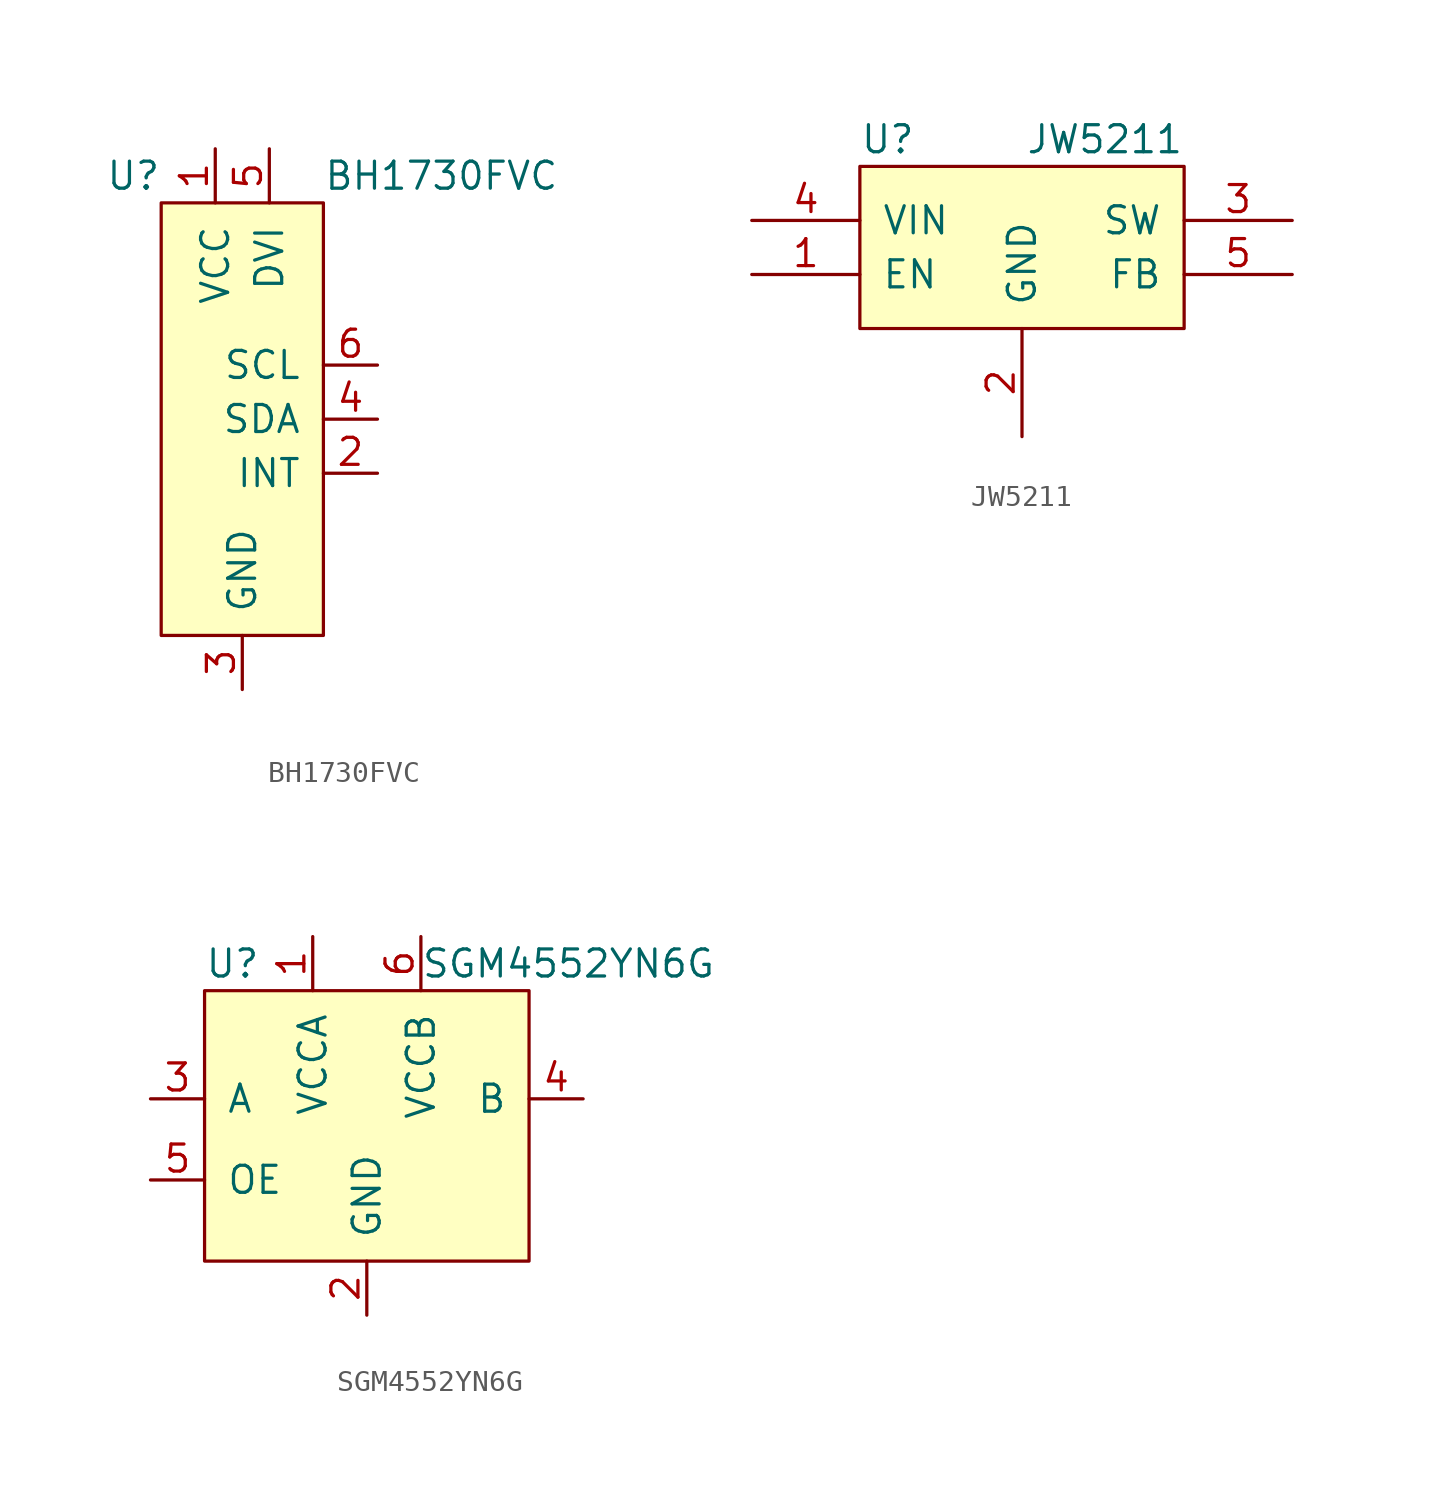
<source format=kicad_sym>
(kicad_symbol_lib
  (version 20211014)
  (generator kicad_symbol_editor)
  (symbol "BH1730FVC"
    (pin_names
      (offset 1.016))
    (property "Reference" "U"
      (at -3.81 11.43 0)
      (effects (font (size 1.27 1.27)) (justify right)))
    (property "Value" "BH1730FVC"
      (at 3.81 11.43 0)
      (effects (font (size 1.27 1.27)) (justify left)))
    (symbol "BH1730FVC_0_1"
      (rectangle (start -3.81 10.16) (end 3.81 -10.16) (stroke (width 0) (type default) (color 0 0 0 0)) (fill (type background))))
    (symbol "BH1730FVC_1_1"
      (pin power_in line (at -1.27 12.7 270) (length 2.54) (name "VCC" (effects (font (size 1.27 1.27)))) (number "1" (effects (font (size 1.27 1.27)))))
      (pin output line (at 6.35 -2.54 180) (length 2.54) (name "INT" (effects (font (size 1.27 1.27)))) (number "2" (effects (font (size 1.27 1.27)))))
      (pin power_in line (at 0 -12.7 90) (length 2.54) (name "GND" (effects (font (size 1.27 1.27)))) (number "3" (effects (font (size 1.27 1.27)))))
      (pin bidirectional line (at 6.35 0 180) (length 2.54) (name "SDA" (effects (font (size 1.27 1.27)))) (number "4" (effects (font (size 1.27 1.27)))))
      (pin power_in line (at 1.27 12.7 270) (length 2.54) (name "DVI" (effects (font (size 1.27 1.27)))) (number "5" (effects (font (size 1.27 1.27)))))
      (pin bidirectional line (at 6.35 2.54 180) (length 2.54) (name "SCL" (effects (font (size 1.27 1.27)))) (number "6" (effects (font (size 1.27 1.27)))))))
  (symbol "JW5211"
    (pin_names
      (offset 1.016))
    (property "Reference" "U"
      (at -7.62 5.08 0)
      (effects (font (size 1.27 1.27)) (justify left)))
    (property "Value" "JW5211"
      (at 7.62 5.08 0)
      (effects (font (size 1.27 1.27)) (justify right)))
    (symbol "JW5211_0_1"
      (rectangle (start 7.62 -3.81) (end -7.62 3.81) (stroke (width 0) (type default) (color 0 0 0 0)) (fill (type background))))
    (symbol "JW5211_1_0"
      (pin input line (at -12.7 -1.27 0) (length 5.08) (name "EN" (effects (font (size 1.27 1.27)))) (number "1" (effects (font (size 1.27 1.27)))))
      (pin power_in line (at 0 -8.89 90) (length 5.08) (name "GND" (effects (font (size 1.27 1.27)))) (number "2" (effects (font (size 1.27 1.27)))))
      (pin power_out line (at 12.7 1.27 180) (length 5.08) (name "SW" (effects (font (size 1.27 1.27)))) (number "3" (effects (font (size 1.27 1.27)))))
      (pin power_in line (at -12.7 1.27 0) (length 5.08) (name "VIN" (effects (font (size 1.27 1.27)))) (number "4" (effects (font (size 1.27 1.27)))))
      (pin input line (at 12.7 -1.27 180) (length 5.08) (name "FB" (effects (font (size 1.27 1.27)))) (number "5" (effects (font (size 1.27 1.27)))))))
  (symbol "SGM4552YN6G"
    (pin_names
      (offset 1.016))
    (property "Reference" "U"
      (at -7.62 8.89 0)
      (effects (font (size 1.27 1.27)) (justify left)))
    (property "Value" "SGM4552YN6G"
      (at 2.54 8.89 0)
      (effects (font (size 1.27 1.27)) (justify left)))
    (symbol "SGM4552YN6G_0_1"
      (rectangle (start -7.62 7.62) (end 7.62 -5.08) (stroke (width 0) (type default) (color 0 0 0 0)) (fill (type background))))
    (symbol "SGM4552YN6G_1_1"
      (pin power_in line (at -2.54 10.16 270) (length 2.54) (name "VCCA" (effects (font (size 1.27 1.27)))) (number "1" (effects (font (size 1.27 1.27)))))
      (pin power_in line (at 0 -7.62 90) (length 2.54) (name "GND" (effects (font (size 1.27 1.27)))) (number "2" (effects (font (size 1.27 1.27)))))
      (pin bidirectional line (at -10.16 2.54 0) (length 2.54) (name "A" (effects (font (size 1.27 1.27)))) (number "3" (effects (font (size 1.27 1.27)))))
      (pin bidirectional line (at 10.16 2.54 180) (length 2.54) (name "B" (effects (font (size 1.27 1.27)))) (number "4" (effects (font (size 1.27 1.27)))))
      (pin input line (at -10.16 -1.27 0) (length 2.54) (name "OE" (effects (font (size 1.27 1.27)))) (number "5" (effects (font (size 1.27 1.27)))))
      (pin power_in line (at 2.54 10.16 270) (length 2.54) (name "VCCB" (effects (font (size 1.27 1.27)))) (number "6" (effects (font (size 1.27 1.27))))))))
</source>
